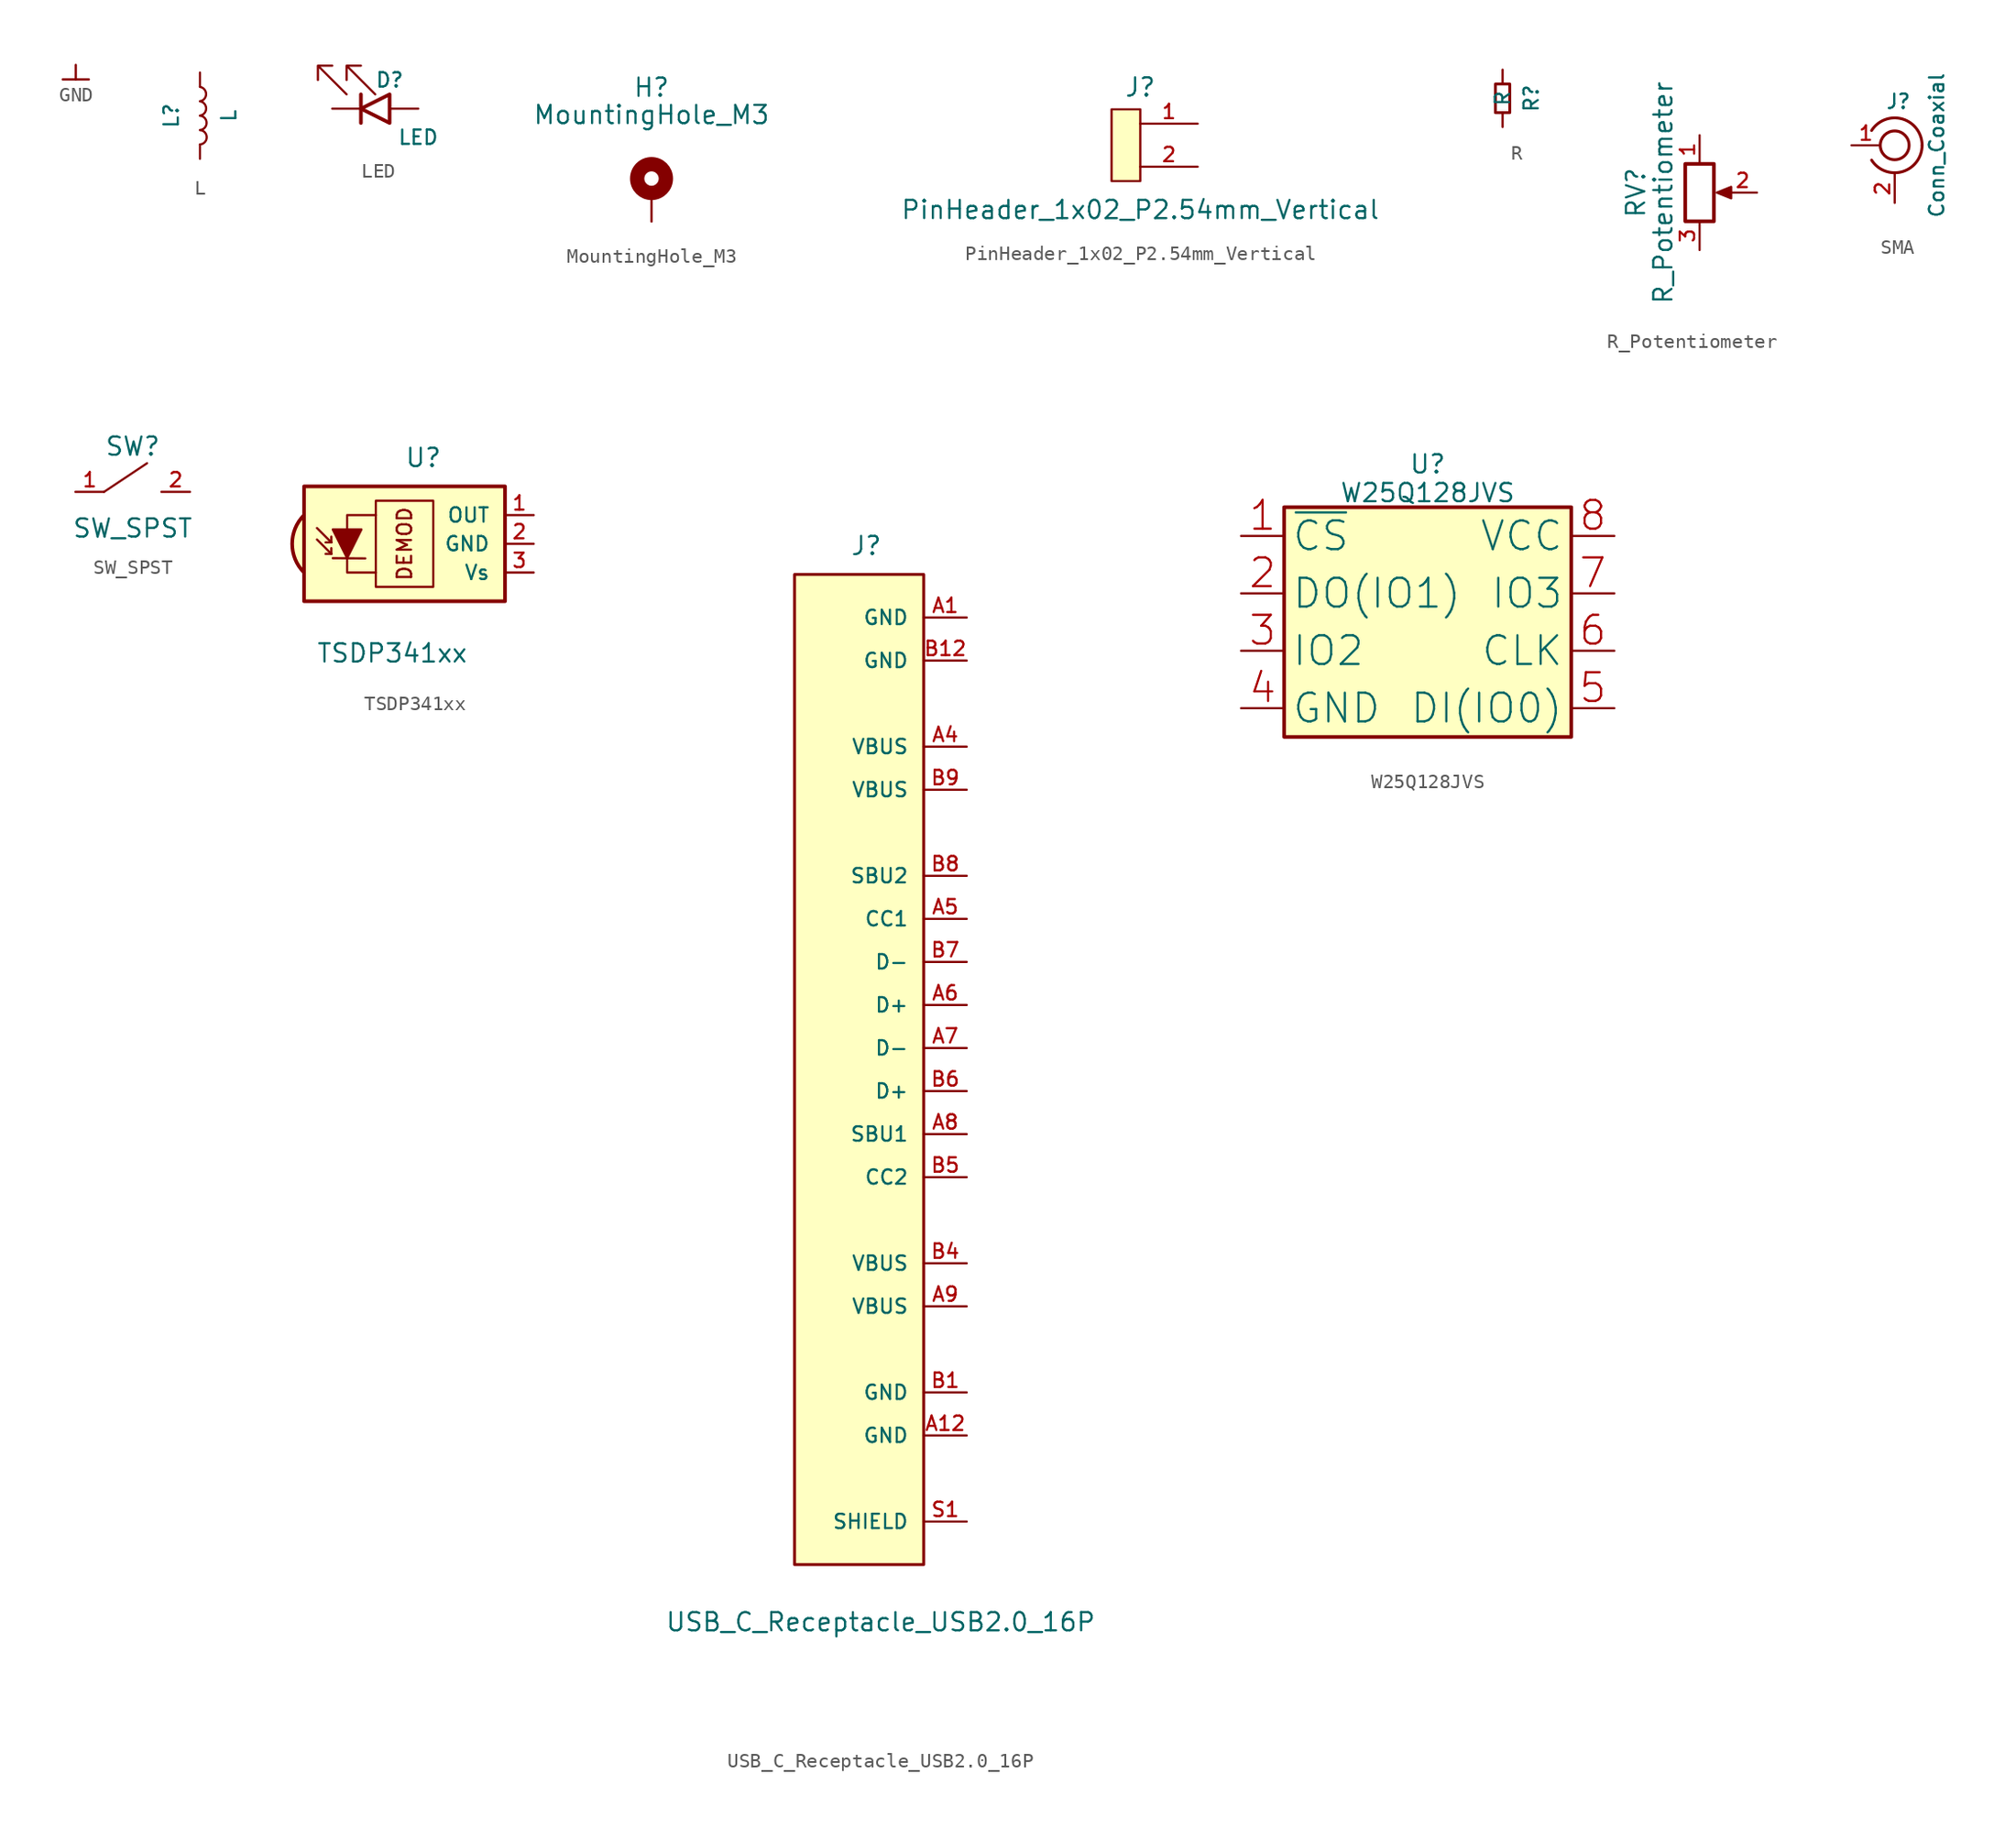
<source format=kicad_sym>
(kicad_symbol_lib
  (version 20231120)
  (generator "kicad_symbol_editor")
  (generator_version "8.0")
  (symbol "GND"
    (power)
    (pin_names
      (offset 0) hide)
    (property "Reference" "#PWR"
      (at 0 -4 0)
      (effects (font (size 1 1)) (hide yes)))
    (symbol "GND_0_1"
      (polyline (pts (xy -0.9 -1) (xy 0.9 -1)) (stroke (width 0) (type default)) (fill (type none)))
      (polyline (pts (xy 0 0) (xy 0 -1)) (stroke (width 0) (type default)) (fill (type none))))
    (symbol "GND_1_1"
      (pin power_in line (at 0 0 270) (length 0) hide (name "GND" (effects (font (size 1 1)))) (number "1" (effects (font (size 1 1)))))))
  (symbol "L"
    (pin_numbers hide)
    (pin_names
      (offset 1.016) hide)
    (property "Reference" "L"
      (at -2 0 90)
      (effects (font (size 1 1))))
    (property "Value" "L"
      (at 2 0 90)
      (effects (font (size 1 1))))
    (symbol "L_0_1"
      (arc (start 0 -2) (mid 0.4694 -1.5) (end 0 -1) (stroke (width 0) (type default)) (fill (type none)))
      (arc (start 0 -1) (mid 0.4604 -0.5) (end 0 0) (stroke (width 0) (type default)) (fill (type none)))
      (arc (start 0 0) (mid 0.4289 0.5) (end 0 1) (stroke (width 0) (type default)) (fill (type none)))
      (arc (start 0 1) (mid 0.4261 1.5) (end 0 2) (stroke (width 0) (type default)) (fill (type none))))
    (symbol "L_1_1"
      (pin passive line (at 0 3 270) (length 1) (name "1" (effects (font (size 1 1)))) (number "1" (effects (font (size 1 1)))))
      (pin passive line (at 0 -3 90) (length 1) (name "2" (effects (font (size 1 1)))) (number "2" (effects (font (size 1 1)))))))
  (symbol "LED"
    (pin_numbers hide)
    (pin_names
      (offset 1.016) hide)
    (property "Reference" "D"
      (at 0 2 0)
      (effects (font (size 1 1))))
    (property "Value" "LED"
      (at 2 -2 0)
      (effects (font (size 1 1))))
    (symbol "LED_0_1"
      (polyline (pts (xy -2 -1) (xy -2 1)) (stroke (width 0.254) (type default)) (fill (type none)))
      (polyline (pts (xy 0 -1) (xy 0 1) (xy -2 0) (xy 0 -1)) (stroke (width 0.254) (type default)) (fill (type none)))
      (polyline (pts (xy -3 1) (xy -5 3) (xy -5 2) (xy -5 3) (xy -4 3)) (stroke (width 0) (type default)) (fill (type none)))
      (polyline (pts (xy -1 1) (xy -3 3) (xy -2 3) (xy -3 3) (xy -3 2)) (stroke (width 0) (type default)) (fill (type none))))
    (symbol "LED_1_1"
      (pin passive line (at -4 0 0) (length 2) (name "K" (effects (font (size 1 1)))) (number "1" (effects (font (size 1 1)))))
      (pin passive line (at 2 0 180) (length 2) (name "A" (effects (font (size 1.27 1.27)))) (number "2" (effects (font (size 1.27 1.27)))))))
  (symbol "MountingHole_M3"
    (pin_numbers hide)
    (pin_names
      (offset 1.016) hide)
    (property "Reference" "H"
      (at 0 6.35 0)
      (effects (font (size 1.27 1.27))))
    (property "Value" "MountingHole_M3"
      (at 0 4.445 0)
      (effects (font (size 1.27 1.27))))
    (symbol "MountingHole_M3_1_1"
      (circle (center 0 0) (radius 1) (stroke (width 1) (type default)) (fill (type none)))
      (pin input line (at 0 -3 90) (length 2) (name "1" (effects (font (size 1 1)))) (number "1" (effects (font (size 1 1)))))))
  (symbol "PinHeader_1x02_P2.54mm_Vertical"
    (pin_names
      (offset 1.016) hide)
    (property "Reference" "J"
      (at 0 2.54 0)
      (effects (font (size 1.27 1.27))))
    (property "Value" "PinHeader_1x02_P2.54mm_Vertical"
      (at 0 -6 0)
      (effects (font (size 1.27 1.27))))
    (property "ki_locked" ""
      (at 0 0 0)
      (effects (font (size 1.27 1.27))))
    (symbol "PinHeader_1x02_P2.54mm_Vertical_1_1"
      (rectangle (start -2 1) (end 0 -4) (stroke (width 0) (type default)) (fill (type background)))
      (pin passive line (at 4 0 180) (length 4) (name "Pin_1" (effects (font (size 1 1)))) (number "1" (effects (font (size 1 1)))))
      (pin passive line (at 4 -3 180) (length 4) (name "Pin_2" (effects (font (size 1 1)))) (number "2" (effects (font (size 1 1)))))))
  (symbol "R"
    (pin_numbers hide)
    (pin_names
      (offset 0))
    (property "Reference" "R"
      (at 2 0 90)
      (effects (font (size 1 1))))
    (property "Value" "R"
      (at 0 0 90)
      (effects (font (size 1 1))))
    (symbol "R_1_1"
      (rectangle (start -0.5 1) (end 0.5 -1) (stroke (width 0.2) (type default)) (fill (type none)))
      (pin passive line (at 0 2 270) (length 1) (name "~" (effects (font (size 1 1)))) (number "1" (effects (font (size 1 1)))))
      (pin passive line (at 0 -2 90) (length 1) (name "~" (effects (font (size 1 1)))) (number "2" (effects (font (size 1 1)))))))
  (symbol "R_Potentiometer"
    (pin_names
      (offset 1.016) hide)
    (property "Reference" "RV"
      (at -4.445 0 90)
      (effects (font (size 1.27 1.27))))
    (property "Value" "R_Potentiometer"
      (at -2.54 0 90)
      (effects (font (size 1.27 1.27))))
    (symbol "R_Potentiometer_0_1"
      (rectangle (start -1 2) (end 1 -2) (stroke (width 0.254) (type default)) (fill (type none)))
      (polyline (pts (xy 1.2 0) (xy 2.2 0.4) (xy 2.2 -0.4) (xy 1.2 0)) (stroke (width 0) (type default)) (fill (type outline))))
    (symbol "R_Potentiometer_1_1"
      (pin passive line (at 0 4 270) (length 2) (name "1" (effects (font (size 1 1)))) (number "1" (effects (font (size 1 1)))))
      (pin passive line (at 4 0 180) (length 2) (name "2" (effects (font (size 1 1)))) (number "2" (effects (font (size 1 1)))))
      (pin passive line (at 0 -4 90) (length 2) (name "3" (effects (font (size 1 1)))) (number "3" (effects (font (size 1 1)))))))
  (symbol "SMA"
    (pin_names
      (offset 1.016) hide)
    (property "Reference" "J"
      (at 0.254 3.048 0)
      (effects (font (size 1 1))))
    (property "Value" "Conn_Coaxial"
      (at 2.921 0 90)
      (effects (font (size 1 1))))
    (symbol "SMA_0_1"
      (circle (center 0 0) (radius 1) (stroke (width 0.203) (type default)) (fill (type none))))
    (symbol "SMA_1_1"
      (arc (start -1.6025 -1.0296) (mid 0.5338 -1.8284) (end 1.9046 -0.0056) (stroke (width 0.2) (type default)) (fill (type none)))
      (arc (start 1.9062 0) (mid 0.5346 1.8297) (end -1.6065 1.0264) (stroke (width 0.2) (type default)) (fill (type none)))
      (pin passive line (at -3 0 0) (length 2) (name "In" (effects (font (size 1 1)))) (number "1" (effects (font (size 1 1)))))
      (pin passive line (at 0 -4 90) (length 2) (name "Ext" (effects (font (size 1 1)))) (number "2" (effects (font (size 1 1)))))))
  (symbol "SW_SPST"
    (pin_names
      (offset 0) hide)
    (property "Reference" "SW"
      (at 0 3.175 0)
      (effects (font (size 1.27 1.27))))
    (property "Value" "SW_SPST"
      (at 0 -2.54 0)
      (effects (font (size 1.27 1.27))))
    (symbol "SW_SPST_0_0"
      (polyline (pts (xy -2 0) (xy 1 2)) (stroke (width 0) (type default)) (fill (type none))))
    (symbol "SW_SPST_1_1"
      (pin passive line (at -4 0 0) (length 2) (name "A" (effects (font (size 1 1)))) (number "1" (effects (font (size 1 1)))))
      (pin passive line (at 4 0 180) (length 2) (name "B" (effects (font (size 1 1)))) (number "2" (effects (font (size 1 1)))))))
  (symbol "TSDP341xx"
    (pin_names
      (offset 1.016))
    (property "Reference" "U"
      (at -4 6 0)
      (effects (font (size 1.27 1.27)) (justify left)))
    (property "Value" "TSDP341xx"
      (at -10.16 -7.62 0)
      (effects (font (size 1.27 1.27)) (justify left)))
    (symbol "TSDP341xx_0_0"
      (arc (start -11 2) (mid -11.8284 0) (end -11 -2) (stroke (width 0.254) (type default)) (fill (type background))))
    (symbol "TSDP341xx_0_1"
      (rectangle (start -11 4) (end 3 -4) (stroke (width 0.254) (type default)) (fill (type background)))
      (rectangle (start -6 3) (end -2 -3) (stroke (width 0) (type default)) (fill (type none)))
      (polyline (pts (xy -9.1 -0.7) (xy -10.1 0.3)) (stroke (width 0) (type default)) (fill (type none)))
      (polyline (pts (xy -9.1 -0.7) (xy -9.5 -0.7)) (stroke (width 0) (type default)) (fill (type none)))
      (polyline (pts (xy -9.1 -0.7) (xy -9.1 -0.3)) (stroke (width 0) (type default)) (fill (type none)))
      (polyline (pts (xy -9.1 0.1) (xy -10.1 1.1)) (stroke (width 0) (type default)) (fill (type none)))
      (polyline (pts (xy -9.1 0.1) (xy -9.5 0.1)) (stroke (width 0) (type default)) (fill (type none)))
      (polyline (pts (xy -9.1 0.1) (xy -9.1 0.5)) (stroke (width 0) (type default)) (fill (type none)))
      (polyline (pts (xy -9 -1) (xy -6.731 -1.016)) (stroke (width 0) (type default)) (fill (type none)))
      (polyline (pts (xy -9 1) (xy -7 1) (xy -8 -1) (xy -9 1)) (stroke (width 0) (type default)) (fill (type outline)))
      (polyline (pts (xy -6 2) (xy -8 2) (xy -8 -2) (xy -6 -2)) (stroke (width 0) (type default)) (fill (type none))))
    (symbol "TSDP341xx_1_0"
      (text "DEMOD" (at -4 0 900) (effects (font (size 1 1)))))
    (symbol "TSDP341xx_1_1"
      (pin output line (at 5 2 180) (length 2) (name "OUT" (effects (font (size 1 1)))) (number "1" (effects (font (size 1 1)))))
      (pin power_in line (at 5 0 180) (length 2) (name "GND" (effects (font (size 1 1)))) (number "2" (effects (font (size 1 1)))))
      (pin power_in line (at 5 -2 180) (length 2) (name "Vs" (effects (font (size 1 1)))) (number "3" (effects (font (size 1 1)))))))
  (symbol "USB_C_Receptacle_USB2.0_16P"
    (pin_names
      (offset 1.016))
    (property "Reference" "J"
      (at 5 46 0)
      (effects (font (size 1.27 1.27))))
    (property "Value" "USB_C_Receptacle_USB2.0_16P"
      (at 6 -29 0)
      (effects (font (size 1.27 1.27))))
    (symbol "USB_C_Receptacle_USB2.0_16P_1_1"
      (rectangle (start 0 44) (end 9 -25) (stroke (width 0.2) (type default)) (fill (type background)))
      (pin passive line (at 12 41 180) (length 3) (name "GND" (effects (font (size 1 1)))) (number "A1" (effects (font (size 1 1)))))
      (pin passive line (at 12 -16 180) (length 3) (name "GND" (effects (font (size 1 1)))) (number "A12" (effects (font (size 1 1)))))
      (pin passive line (at 12 32 180) (length 3) (name "VBUS" (effects (font (size 1 1)))) (number "A4" (effects (font (size 1 1)))))
      (pin bidirectional line (at 12 20 180) (length 3) (name "CC1" (effects (font (size 1 1)))) (number "A5" (effects (font (size 1 1)))))
      (pin bidirectional line (at 12 14 180) (length 3) (name "D+" (effects (font (size 1 1)))) (number "A6" (effects (font (size 1 1)))))
      (pin bidirectional line (at 12 11 180) (length 3) (name "D-" (effects (font (size 1 1)))) (number "A7" (effects (font (size 1 1)))))
      (pin bidirectional line (at 12 5 180) (length 3) (name "SBU1" (effects (font (size 1 1)))) (number "A8" (effects (font (size 1 1)))))
      (pin passive line (at 12 -7 180) (length 3) (name "VBUS" (effects (font (size 1 1)))) (number "A9" (effects (font (size 1 1)))))
      (pin passive line (at 12 -13 180) (length 3) (name "GND" (effects (font (size 1 1)))) (number "B1" (effects (font (size 1 1)))))
      (pin passive line (at 12 38 180) (length 3) (name "GND" (effects (font (size 1 1)))) (number "B12" (effects (font (size 1 1)))))
      (pin passive line (at 12 -4 180) (length 3) (name "VBUS" (effects (font (size 1 1)))) (number "B4" (effects (font (size 1 1)))))
      (pin bidirectional line (at 12 2 180) (length 3) (name "CC2" (effects (font (size 1 1)))) (number "B5" (effects (font (size 1 1)))))
      (pin bidirectional line (at 12 8 180) (length 3) (name "D+" (effects (font (size 1 1)))) (number "B6" (effects (font (size 1 1)))))
      (pin bidirectional line (at 12 17 180) (length 3) (name "D-" (effects (font (size 1 1)))) (number "B7" (effects (font (size 1 1)))))
      (pin bidirectional line (at 12 23 180) (length 3) (name "SBU2" (effects (font (size 1 1)))) (number "B8" (effects (font (size 1 1)))))
      (pin passive line (at 12 29 180) (length 3) (name "VBUS" (effects (font (size 1 1)))) (number "B9" (effects (font (size 1 1)))))
      (pin passive line (at 12 -22 180) (length 3) (name "SHIELD" (effects (font (size 1 1)))) (number "S1" (effects (font (size 1 1)))))))
  (symbol "W25Q128JVS"
    (property "Reference" "U"
      (at 0 6 0)
      (effects (font (size 1.27 1.27))))
    (property "Value" "W25Q128JVS"
      (at 0 4 0)
      (effects (font (size 1.27 1.27))))
    (symbol "W25Q128JVS_0_1"
      (rectangle (start -10 3) (end 10 -13) (stroke (width 0.254) (type default)) (fill (type background))))
    (symbol "W25Q128JVS_1_1"
      (pin input line (at -13 1 0) (length 3) (name "~{CS}" (effects (font (size 2 2)))) (number "1" (effects (font (size 2 2)))))
      (pin bidirectional line (at -13 -3 0) (length 3) (name "DO(IO1)" (effects (font (size 2 2)))) (number "2" (effects (font (size 2 2)))))
      (pin bidirectional line (at -13 -7 0) (length 3) (name "IO2" (effects (font (size 2 2)))) (number "3" (effects (font (size 2 2)))))
      (pin power_in line (at -13 -11 0) (length 3) (name "GND" (effects (font (size 2 2)))) (number "4" (effects (font (size 2 2)))))
      (pin bidirectional line (at 13 -11 180) (length 3) (name "DI(IO0)" (effects (font (size 2 2)))) (number "5" (effects (font (size 2 2)))))
      (pin input line (at 13 -7 180) (length 3) (name "CLK" (effects (font (size 2 2)))) (number "6" (effects (font (size 2 2)))))
      (pin bidirectional line (at 13 -3 180) (length 3) (name "IO3" (effects (font (size 2 2)))) (number "7" (effects (font (size 2 2)))))
      (pin power_in line (at 13 1 180) (length 3) (name "VCC" (effects (font (size 2 2)))) (number "8" (effects (font (size 2 2))))))))
</source>
